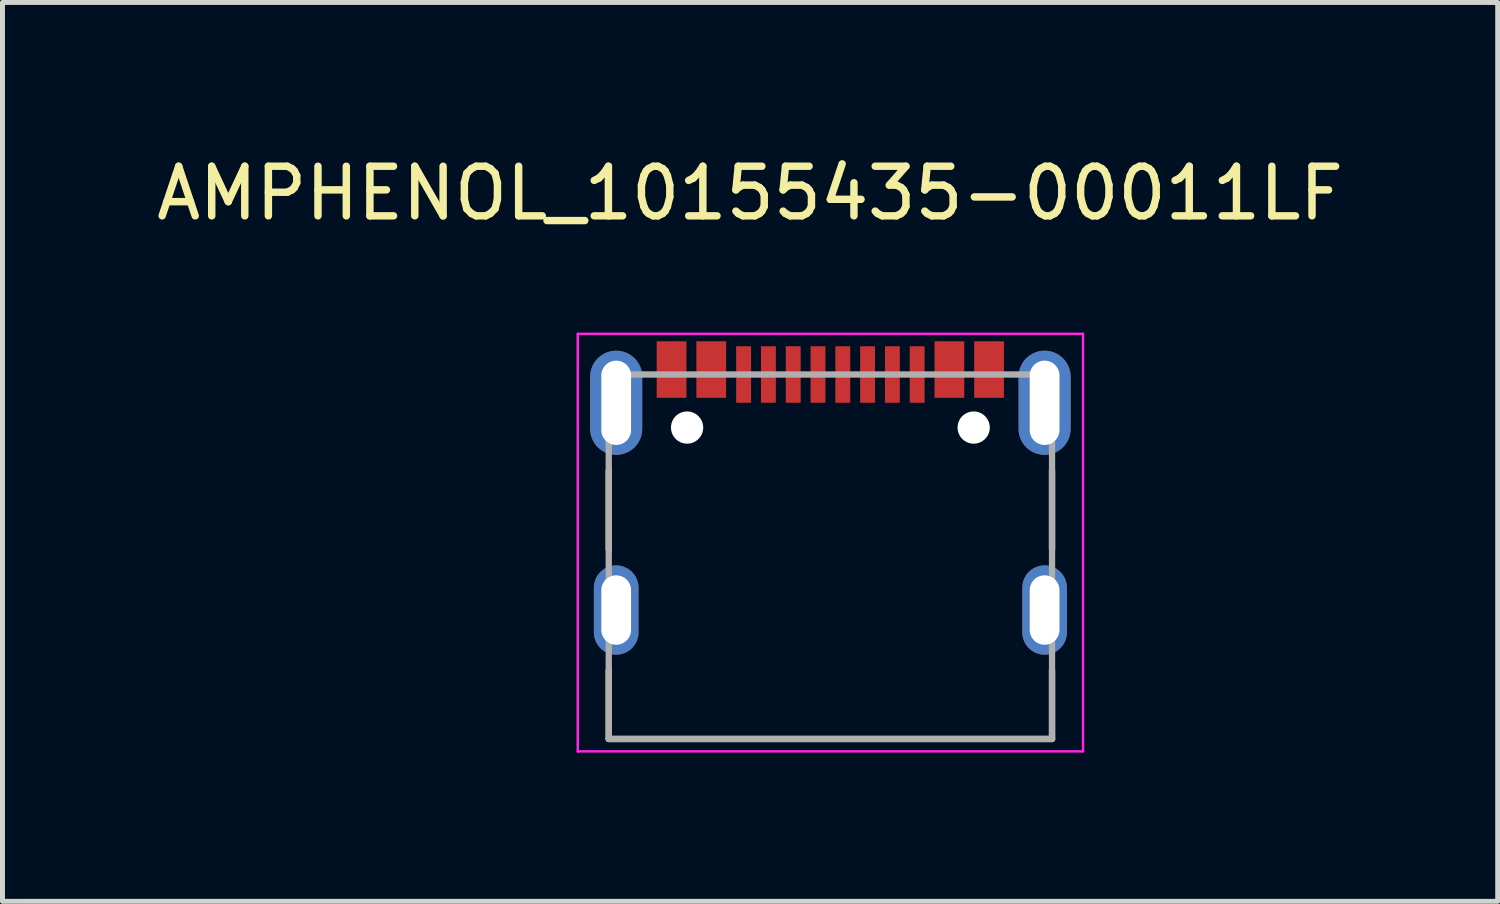
<source format=kicad_pcb>
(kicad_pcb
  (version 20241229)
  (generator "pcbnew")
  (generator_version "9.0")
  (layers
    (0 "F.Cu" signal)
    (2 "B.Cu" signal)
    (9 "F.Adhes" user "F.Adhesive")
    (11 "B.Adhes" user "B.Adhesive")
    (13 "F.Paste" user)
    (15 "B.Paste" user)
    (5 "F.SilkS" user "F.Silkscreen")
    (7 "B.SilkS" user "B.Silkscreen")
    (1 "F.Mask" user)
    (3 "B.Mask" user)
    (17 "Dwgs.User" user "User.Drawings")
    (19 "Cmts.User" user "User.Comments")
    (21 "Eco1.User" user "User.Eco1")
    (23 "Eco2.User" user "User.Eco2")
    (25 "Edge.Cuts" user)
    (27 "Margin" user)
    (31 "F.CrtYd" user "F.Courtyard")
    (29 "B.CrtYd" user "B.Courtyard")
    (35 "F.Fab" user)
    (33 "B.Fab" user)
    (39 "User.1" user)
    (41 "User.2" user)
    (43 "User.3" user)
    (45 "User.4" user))
  (footprint "AMPHENOL_10155435-00011LF"
    (layer "F.Cu")
    (at 13.697 9.253)
    (property "Reference" "AMPHENOL_10155435-00011LF" (at -1.62 -8.405 0) (layer "F.SilkS") (effects (font (size 1 1) (thickness 0.15))))
    (attr smd)
    (fp_line (start -4.47 -2.81) (end -4.47 -1.22) (stroke (width 0.127) (type solid)) (layer "F.SilkS"))
    (fp_line (start -4.47 2.6) (end -4.47 1.22) (stroke (width 0.127) (type solid)) (layer "F.SilkS"))
    (fp_line (start 4.47 -2.81) (end 4.47 -1.22) (stroke (width 0.127) (type solid)) (layer "F.SilkS"))
    (fp_line (start 4.47 2.6) (end -4.47 2.6) (stroke (width 0.127) (type solid)) (layer "F.SilkS"))
    (fp_line (start 4.47 2.6) (end 4.47 1.22) (stroke (width 0.127) (type solid)) (layer "F.SilkS"))
    (fp_line (start -5.095 -5.57) (end -5.095 2.85) (stroke (width 0.05) (type solid)) (layer "F.CrtYd"))
    (fp_line (start -5.095 2.85) (end 5.095 2.85) (stroke (width 0.05) (type solid)) (layer "F.CrtYd"))
    (fp_line (start 5.095 -5.57) (end -5.095 -5.57) (stroke (width 0.05) (type solid)) (layer "F.CrtYd"))
    (fp_line (start 5.095 2.85) (end 5.095 -5.57) (stroke (width 0.05) (type solid)) (layer "F.CrtYd"))
    (fp_line (start -4.47 -4.75) (end 4.47 -4.75) (stroke (width 0.127) (type solid)) (layer "F.Fab"))
    (fp_line (start -4.47 2.6) (end -4.47 -4.75) (stroke (width 0.127) (type solid)) (layer "F.Fab"))
    (fp_line (start 4.47 -4.75) (end 4.47 2.6) (stroke (width 0.127) (type solid)) (layer "F.Fab"))
    (fp_line (start 4.47 2.6) (end -4.47 2.6) (stroke (width 0.127) (type solid)) (layer "F.Fab"))
    (pad "" np_thru_hole circle (at -2.89 -3.68) (size 0.65 0.65) (drill 0.65) (layers "*.Cu" "*.Mask"))
    (pad "" np_thru_hole circle (at 2.89 -3.68) (size 0.65 0.65) (drill 0.65) (layers "*.Cu" "*.Mask"))
    (pad "A1_B12" smd rect (at -3.203 -4.75) (size 0.6 1.14) (drill (offset 0 -0.1)) (layers "F.Cu" "F.Mask" "F.Paste"))
    (pad "A4_B9" smd rect (at -2.403 -4.75) (size 0.6 1.14) (drill (offset 0 -0.1)) (layers "F.Cu" "F.Mask" "F.Paste"))
    (pad "A5" smd rect (at -1.25 -4.75) (size 0.3 1.14) (layers "F.Cu" "F.Mask" "F.Paste"))
    (pad "A6" smd rect (at -0.25 -4.75) (size 0.3 1.14) (layers "F.Cu" "F.Mask" "F.Paste"))
    (pad "A7" smd rect (at 0.25 -4.75) (size 0.3 1.14) (layers "F.Cu" "F.Mask" "F.Paste"))
    (pad "A8" smd rect (at 1.25 -4.75) (size 0.3 1.14) (layers "F.Cu" "F.Mask" "F.Paste"))
    (pad "B1_A12" smd rect (at 3.2 -4.75) (size 0.6 1.14) (drill (offset 0 -0.1)) (layers "F.Cu" "F.Mask" "F.Paste"))
    (pad "B4_A9" smd rect (at 2.4 -4.75) (size 0.6 1.14) (drill (offset 0 -0.1)) (layers "F.Cu" "F.Mask" "F.Paste"))
    (pad "B5" smd rect (at 1.75 -4.75) (size 0.3 1.14) (layers "F.Cu" "F.Mask" "F.Paste"))
    (pad "B6" smd rect (at 0.75 -4.75) (size 0.3 1.14) (layers "F.Cu" "F.Mask" "F.Paste"))
    (pad "B7" smd rect (at -0.75 -4.75) (size 0.3 1.14) (layers "F.Cu" "F.Mask" "F.Paste"))
    (pad "B8" smd rect (at -1.75 -4.75) (size 0.3 1.14) (layers "F.Cu" "F.Mask" "F.Paste"))
    (pad "SH1" thru_hole oval (at -4.32 -4.18) (size 1.05 2.1) (drill oval 0.6 1.7) (layers "*.Cu" "*.Mask"))
    (pad "SH2" thru_hole oval (at 4.32 -4.18) (size 1.05 2.1) (drill oval 0.6 1.7) (layers "*.Cu" "*.Mask"))
    (pad "SH3" thru_hole oval (at -4.32 0) (size 0.9 1.8) (drill oval 0.6 1.4) (layers "*.Cu" "*.Mask"))
    (pad "SH4" thru_hole oval (at 4.32 0) (size 0.9 1.8) (drill oval 0.6 1.4) (layers "*.Cu" "*.Mask")))
  (gr_rect
    (start -3 -3)
    (end 27.155 15.128)
    (stroke (width 0.1) (type default))
    (fill no)
    (layer "Edge.Cuts")))
</source>
